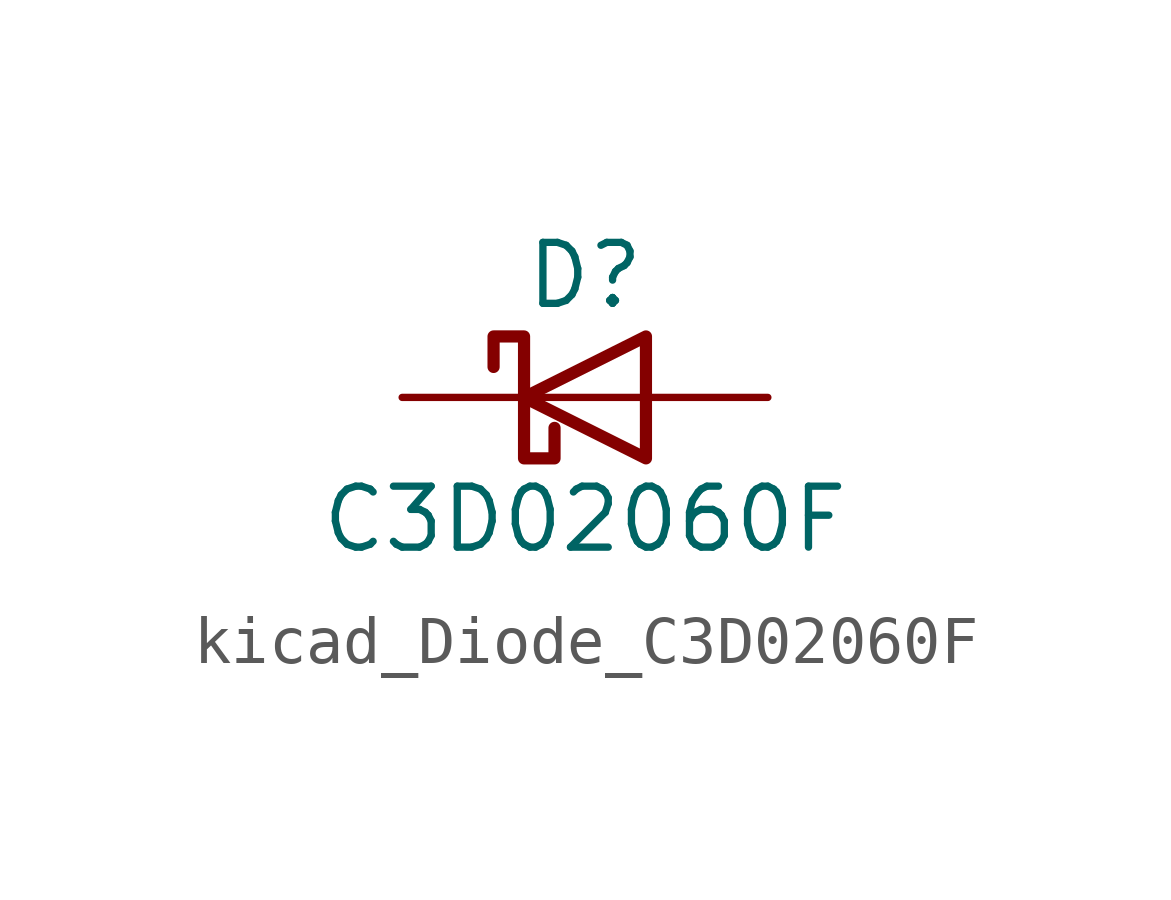
<source format=kicad_sym>
(kicad_symbol_lib
  (version 20220914)
  (generator kicad_symbol_editor)
  (symbol "kicad_Diode_C3D02060F"
    (pin_numbers hide)
    (pin_names
      (offset 1.016) hide)
    (property "Reference" "D"
      (at 0 2.54 0)
      (effects (font (size 1.27 1.27))))
    (property "Value" "C3D02060F"
      (at 0 -2.54 0)
      (effects (font (size 1.27 1.27))))
    (symbol "kicad_Diode_C3D02060F_0_1"
      (polyline (pts (xy 1.27 0) (xy -1.27 0)) (stroke (width 0) (type default)) (fill (type none)))
      (polyline (pts (xy 1.27 1.27) (xy 1.27 -1.27) (xy -1.27 0) (xy 1.27 1.27)) (stroke (width 0.254) (type default)) (fill (type none)))
      (polyline (pts (xy -1.905 0.635) (xy -1.905 1.27) (xy -1.27 1.27) (xy -1.27 -1.27) (xy -0.635 -1.27) (xy -0.635 -0.635)) (stroke (width 0.254) (type default)) (fill (type none))))
    (symbol "kicad_Diode_C3D02060F_1_1"
      (pin passive line (at -3.81 0 0) (length 2.54) (name "K" (effects (font (size 1.27 1.27)))) (number "1" (effects (font (size 1.27 1.27)))))
      (pin passive line (at 3.81 0 180) (length 2.54) (name "A" (effects (font (size 1.27 1.27)))) (number "2" (effects (font (size 1.27 1.27))))))))
</source>
